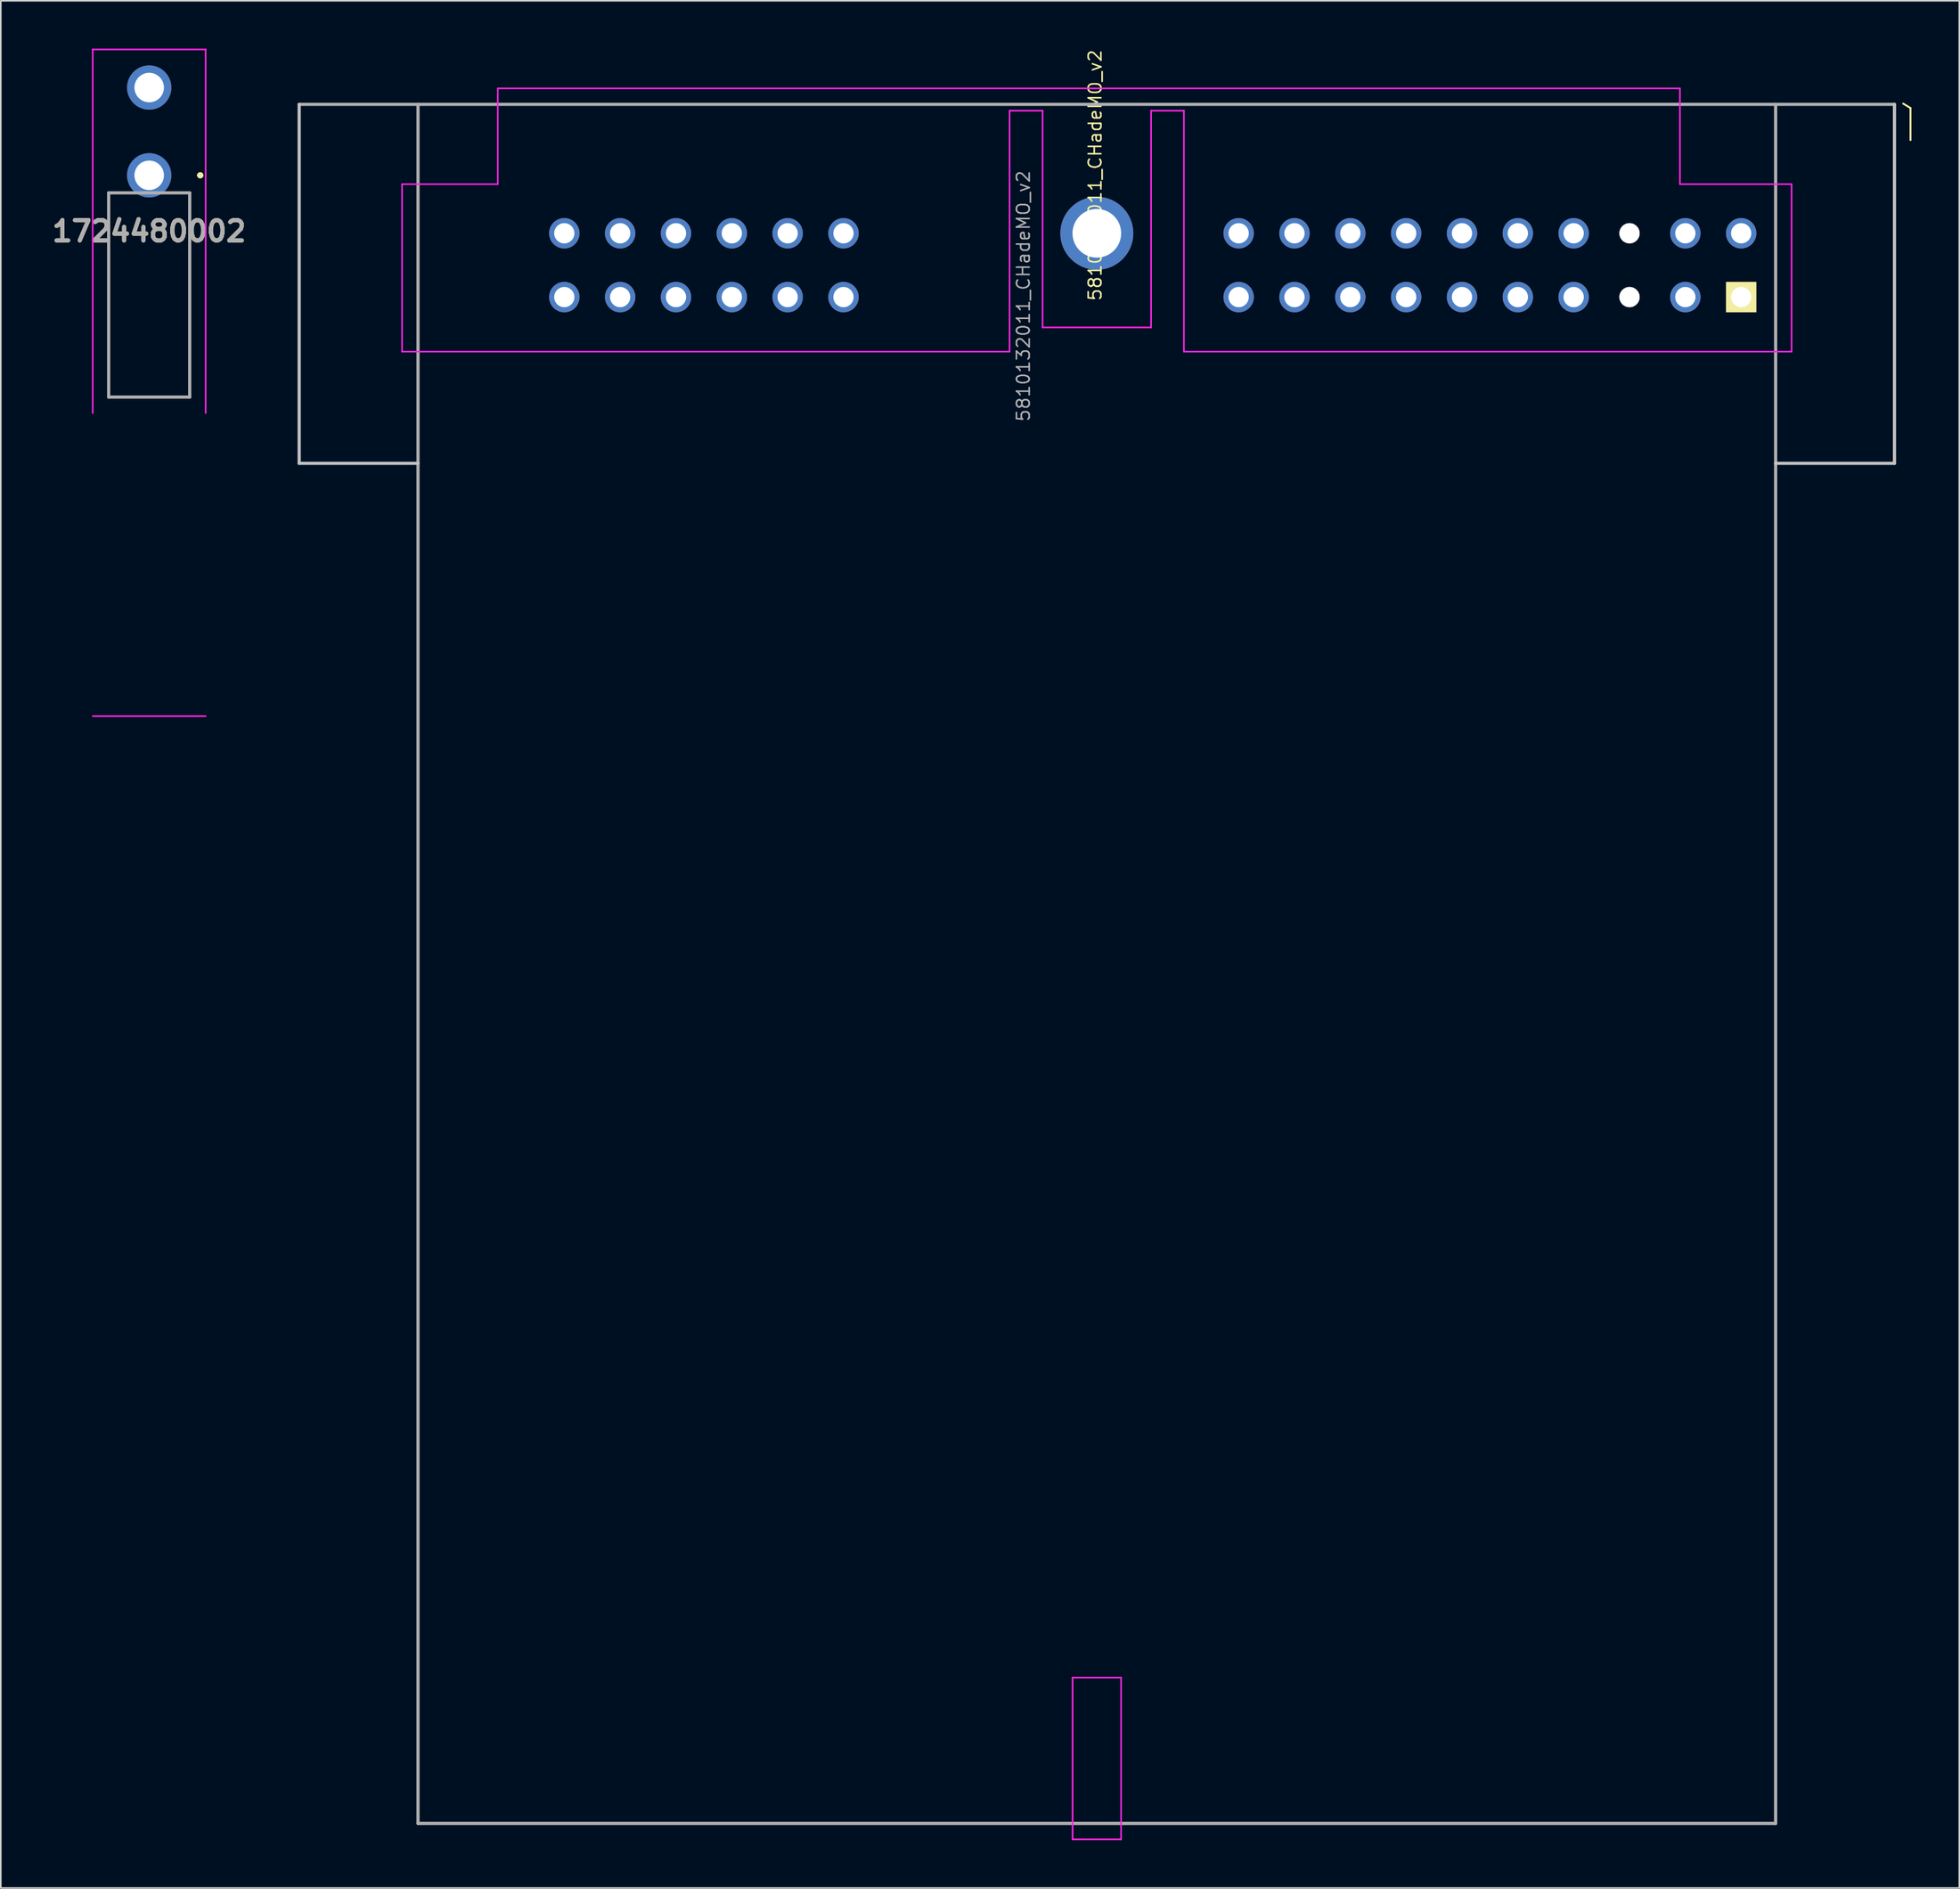
<source format=kicad_pcb>
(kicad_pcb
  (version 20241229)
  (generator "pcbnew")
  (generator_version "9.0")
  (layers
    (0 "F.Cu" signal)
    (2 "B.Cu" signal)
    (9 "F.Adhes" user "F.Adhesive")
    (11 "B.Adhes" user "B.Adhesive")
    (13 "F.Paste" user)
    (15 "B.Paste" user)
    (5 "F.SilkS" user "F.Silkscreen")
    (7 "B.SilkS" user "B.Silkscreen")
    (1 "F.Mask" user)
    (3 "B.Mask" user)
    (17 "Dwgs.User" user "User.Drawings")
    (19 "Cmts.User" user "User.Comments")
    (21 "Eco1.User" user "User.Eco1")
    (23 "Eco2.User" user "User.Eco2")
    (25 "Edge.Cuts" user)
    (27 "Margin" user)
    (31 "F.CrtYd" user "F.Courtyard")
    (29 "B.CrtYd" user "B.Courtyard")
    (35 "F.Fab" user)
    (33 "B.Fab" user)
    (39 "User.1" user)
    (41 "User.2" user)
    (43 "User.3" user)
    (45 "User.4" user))
  (footprint "5810132011_CHadeMO_v2"
    (layer "F.Cu")
    (at 65.703 11.572)
    (property "Reference" "5810132011_CHadeMO_v2" (at -0.109 -3.635 270) (layer "F.SilkS") (effects (font (size 0.8 0.8) (thickness 0.1))))
    (attr through_hole)
    (fp_line (start -42.55 -8.08) (end 42.55 -8.08) (stroke (width 0.1) (type solid)) (layer "F.SilkS"))
    (fp_line (start -42.55 99.67) (end -42.55 -8.08) (stroke (width 0.1) (type solid)) (layer "F.SilkS"))
    (fp_line (start 42.55 -8.08) (end 42.55 99.67) (stroke (width 0.1) (type solid)) (layer "F.SilkS"))
    (fp_line (start 42.55 99.67) (end -42.55 99.67) (stroke (width 0.1) (type solid)) (layer "F.SilkS"))
    (fp_line (start 50.546 -8.128) (end 51.003 -7.849) (stroke (width 0.12) (type solid)) (layer "F.SilkS"))
    (fp_line (start 51.003 -7.849) (end 51.003 -5.842) (stroke (width 0.12) (type solid)) (layer "F.SilkS"))
    (fp_line (start -50 -8.08) (end -50 14.42) (stroke (width 0.2) (type solid)) (layer "Dwgs.User"))
    (fp_line (start -50 14.42) (end -42.55 14.42) (stroke (width 0.2) (type solid)) (layer "Dwgs.User"))
    (fp_line (start 50 -8.08) (end 50 14.42) (stroke (width 0.2) (type solid)) (layer "Dwgs.User"))
    (fp_line (start 50 14.42) (end 42.55 14.42) (stroke (width 0.2) (type solid)) (layer "Dwgs.User"))
    (fp_line (start -42.55 14.31) (end -38.1 14.31) (stroke (width 0.1) (type solid)) (layer "Eco1.User"))
    (fp_line (start -38.1 99.67) (end -38.1 14.31) (stroke (width 0.1) (type solid)) (layer "Eco1.User"))
    (fp_line (start 38.1 14.31) (end 42.55 14.31) (stroke (width 0.1) (type solid)) (layer "Eco1.User"))
    (fp_line (start 38.1 99.67) (end 38.1 14.31) (stroke (width 0.1) (type solid)) (layer "Eco1.User"))
    (fp_line (start -43.55 -3.08) (end -43.55 7.42) (stroke (width 0.1) (type solid)) (layer "F.CrtYd"))
    (fp_line (start -43.55 -3.08) (end -37.55 -3.08) (stroke (width 0.1) (type solid)) (layer "F.CrtYd"))
    (fp_line (start -43.55 7.42) (end -5.47 7.42) (stroke (width 0.1) (type solid)) (layer "F.CrtYd"))
    (fp_line (start -37.55 -9.08) (end -37.55 -3.08) (stroke (width 0.1) (type solid)) (layer "F.CrtYd"))
    (fp_line (start -37.55 -9.08) (end 36.55 -9.08) (stroke (width 0.1) (type solid)) (layer "F.CrtYd"))
    (fp_line (start -5.47 -7.684) (end -5.47 7.42) (stroke (width 0.1) (type solid)) (layer "F.CrtYd"))
    (fp_line (start -5.47 -7.684) (end -3.4 -7.684) (stroke (width 0.1) (type solid)) (layer "F.CrtYd"))
    (fp_line (start -3.4 -7.684) (end -3.4 5.9) (stroke (width 0.1) (type solid)) (layer "F.CrtYd"))
    (fp_line (start -3.4 5.9) (end 3.4 5.9) (stroke (width 0.1) (type solid)) (layer "F.CrtYd"))
    (fp_line (start -1.52 90.53) (end -1.52 100.67) (stroke (width 0.1) (type solid)) (layer "F.CrtYd"))
    (fp_line (start -1.52 90.53) (end 1.52 90.53) (stroke (width 0.1) (type solid)) (layer "F.CrtYd"))
    (fp_line (start -1.52 100.67) (end 1.52 100.67) (stroke (width 0.1) (type solid)) (layer "F.CrtYd"))
    (fp_line (start 1.52 90.53) (end 1.52 100.67) (stroke (width 0.1) (type solid)) (layer "F.CrtYd"))
    (fp_line (start 3.4 -7.684) (end 3.4 5.9) (stroke (width 0.1) (type solid)) (layer "F.CrtYd"))
    (fp_line (start 3.4 -7.684) (end 5.46 -7.684) (stroke (width 0.1) (type solid)) (layer "F.CrtYd"))
    (fp_line (start 5.46 -7.684) (end 5.46 7.42) (stroke (width 0.1) (type solid)) (layer "F.CrtYd"))
    (fp_line (start 5.46 7.42) (end 43.55 7.42) (stroke (width 0.1) (type solid)) (layer "F.CrtYd"))
    (fp_line (start 36.55 -9.081) (end 36.55 -3.081) (stroke (width 0.1) (type solid)) (layer "F.CrtYd"))
    (fp_line (start 36.55 -3.08) (end 43.532 -3.08) (stroke (width 0.1) (type solid)) (layer "F.CrtYd"))
    (fp_line (start 43.55 -3.08) (end 43.55 7.42) (stroke (width 0.1) (type solid)) (layer "F.CrtYd"))
    (fp_line (start -42.55 -8.08) (end -42.55 99.67) (stroke (width 0.2) (type solid)) (layer "F.Fab"))
    (fp_line (start -42.55 99.67) (end 42.55 99.67) (stroke (width 0.2) (type solid)) (layer "F.Fab"))
    (fp_line (start 42.55 99.67) (end 42.55 -8.08) (stroke (width 0.2) (type solid)) (layer "F.Fab"))
    (fp_line (start 50 -8.08) (end -50 -8.08) (stroke (width 0.2) (type solid)) (layer "F.Fab"))
    (fp_text user "${REFERENCE}" (at -4.605 3.934 270) (layer "F.Fab") (effects (font (size 0.8 0.8) (thickness 0.1))))
    (pad "" smd rect (at 40.39 4) (size 1.905 1.905) (layers "F.SilkS"))
    (pad "A1" thru_hole circle (at 40.39 4) (size 1.27 1.27) (drill 1.27) (layers "*.Cu" "*.Mask"))
    (pad "A2" thru_hole circle (at 36.89 4) (size 1.905 1.905) (drill 1.27) (layers "*.Cu" "*.Mask"))
    (pad "A3" thru_hole circle (at 33.39 4) (size 1.27 1.27) (drill 1.27) (layers "*.Cu" "*.Mask"))
    (pad "A4" thru_hole circle (at 29.89 4) (size 1.905 1.905) (drill 1.27) (layers "*.Cu" "*.Mask"))
    (pad "A5" thru_hole circle (at 26.39 4) (size 1.905 1.905) (drill 1.27) (layers "*.Cu" "*.Mask"))
    (pad "A6" thru_hole circle (at 22.89 4) (size 1.905 1.905) (drill 1.27) (layers "*.Cu" "*.Mask"))
    (pad "A7" thru_hole circle (at 19.39 4) (size 1.905 1.905) (drill 1.27) (layers "*.Cu" "*.Mask"))
    (pad "A8" thru_hole circle (at 15.89 4) (size 1.905 1.905) (drill 1.27) (layers "*.Cu" "*.Mask"))
    (pad "A9" thru_hole circle (at 12.39 4) (size 1.905 1.905) (drill 1.27) (layers "*.Cu" "*.Mask"))
    (pad "A10" thru_hole circle (at 8.89 4) (size 1.905 1.905) (drill 1.27) (layers "*.Cu" "*.Mask"))
    (pad "A11" thru_hole circle (at 40.39 0) (size 1.905 1.905) (drill 1.27) (layers "*.Cu" "*.Mask"))
    (pad "A12" thru_hole circle (at 36.89 0) (size 1.905 1.905) (drill 1.27) (layers "*.Cu" "*.Mask"))
    (pad "A13" thru_hole circle (at 33.39 0) (size 1.27 1.27) (drill 1.27) (layers "*.Cu" "*.Mask"))
    (pad "A14" thru_hole circle (at 29.89 0) (size 1.905 1.905) (drill 1.27) (layers "*.Cu" "*.Mask"))
    (pad "A15" thru_hole circle (at 26.39 0) (size 1.905 1.905) (drill 1.27) (layers "*.Cu" "*.Mask"))
    (pad "A16" thru_hole circle (at 22.89 0) (size 1.905 1.905) (drill 1.27) (layers "*.Cu" "*.Mask"))
    (pad "A17" thru_hole circle (at 19.39 0) (size 1.905 1.905) (drill 1.27) (layers "*.Cu" "*.Mask"))
    (pad "A18" thru_hole circle (at 15.89 0) (size 1.905 1.905) (drill 1.27) (layers "*.Cu" "*.Mask"))
    (pad "A19" thru_hole circle (at 12.39 0) (size 1.905 1.905) (drill 1.27) (layers "*.Cu" "*.Mask"))
    (pad "A20" thru_hole circle (at 8.89 0) (size 1.905 1.905) (drill 1.27) (layers "*.Cu" "*.Mask"))
    (pad "B1" thru_hole circle (at -15.88 4) (size 1.905 1.905) (drill 1.27) (layers "*.Cu" "*.Mask"))
    (pad "B2" thru_hole circle (at -19.38 4) (size 1.905 1.905) (drill 1.27) (layers "*.Cu" "*.Mask"))
    (pad "B3" thru_hole circle (at -22.88 4) (size 1.905 1.905) (drill 1.27) (layers "*.Cu" "*.Mask"))
    (pad "B4" thru_hole circle (at -26.38 4) (size 1.905 1.905) (drill 1.27) (layers "*.Cu" "*.Mask"))
    (pad "B5" thru_hole circle (at -29.88 4) (size 1.905 1.905) (drill 1.27) (layers "*.Cu" "*.Mask"))
    (pad "B6" thru_hole circle (at -33.38 4) (size 1.905 1.905) (drill 1.27) (layers "*.Cu" "*.Mask"))
    (pad "B7" thru_hole circle (at -15.88 0) (size 1.905 1.905) (drill 1.27) (layers "*.Cu" "*.Mask"))
    (pad "B8" thru_hole circle (at -19.38 0) (size 1.905 1.905) (drill 1.27) (layers "*.Cu" "*.Mask"))
    (pad "B9" thru_hole circle (at -22.88 0) (size 1.905 1.905) (drill 1.27) (layers "*.Cu" "*.Mask"))
    (pad "B10" thru_hole circle (at -26.38 0) (size 1.905 1.905) (drill 1.27) (layers "*.Cu" "*.Mask"))
    (pad "B11" thru_hole circle (at -29.88 0) (size 1.905 1.905) (drill 1.27) (layers "*.Cu" "*.Mask"))
    (pad "B12" thru_hole circle (at -33.38 0) (size 1.905 1.905) (drill 1.27) (layers "*.Cu" "*.Mask"))
    (pad "MH1" thru_hole circle (at 0 0) (size 4.575 4.575) (drill 3.05) (layers "*.Cu" "*.Mask")))
  (footprint "1724480002"
    (layer "F.Cu")
    (at 6.302 7.938)
    (property "Reference" "1724480002" (at 0 3.506 0) (layer "F.SilkS") (effects (font (size 1.27 1.27) (thickness 0.254))))
    (attr through_hole)
    (fp_line (start -2.54 1.1) (end -2.54 13.9) (stroke (width 0.1) (type solid)) (layer "F.SilkS"))
    (fp_line (start -2.54 13.9) (end 2.5 13.9) (stroke (width 0.1) (type solid)) (layer "F.SilkS"))
    (fp_line (start -2 1.1) (end -2.54 1.1) (stroke (width 0.1) (type solid)) (layer "F.SilkS"))
    (fp_line (start 2.5 13.9) (end 2.54 13.9) (stroke (width 0.1) (type solid)) (layer "F.SilkS"))
    (fp_line (start 2.54 1.1) (end 2 1.1) (stroke (width 0.1) (type solid)) (layer "F.SilkS"))
    (fp_line (start 2.54 13.9) (end 2.54 1.1) (stroke (width 0.1) (type solid)) (layer "F.SilkS"))
    (fp_line (start 3.1 0) (end 3.1 0) (stroke (width 0.2) (type solid)) (layer "F.SilkS"))
    (fp_line (start 3.3 0) (end 3.3 0) (stroke (width 0.2) (type solid)) (layer "F.SilkS"))
    (fp_arc (start 3.1 0) (mid 3.2 -0.1) (end 3.3 0) (stroke (width 0.2) (type solid)) (layer "F.SilkS"))
    (fp_arc (start 3.3 0) (mid 3.2 0.1) (end 3.1 0) (stroke (width 0.2) (type solid)) (layer "F.SilkS"))
    (fp_line (start -3.54 -7.888) (end 3.54 -7.888) (stroke (width 0.1) (type solid)) (layer "F.CrtYd"))
    (fp_line (start -3.54 14.9) (end -3.54 -7.888) (stroke (width 0.1) (type solid)) (layer "F.CrtYd"))
    (fp_line (start 3.54 -7.888) (end 3.54 14.9) (stroke (width 0.1) (type solid)) (layer "F.CrtYd"))
    (fp_line (start 3.54 33.9) (end -3.54 33.9) (stroke (width 0.1) (type solid)) (layer "F.CrtYd"))
    (fp_line (start -2.54 1.1) (end 2.54 1.1) (stroke (width 0.2) (type solid)) (layer "F.Fab"))
    (fp_line (start -2.54 13.9) (end -2.54 1.1) (stroke (width 0.2) (type solid)) (layer "F.Fab"))
    (fp_line (start 2.54 1.1) (end 2.54 13.9) (stroke (width 0.2) (type solid)) (layer "F.Fab"))
    (fp_line (start 2.54 13.9) (end -2.54 13.9) (stroke (width 0.2) (type solid)) (layer "F.Fab"))
    (fp_text user "${REFERENCE}" (at 0 3.506 0) (layer "F.Fab") (effects (font (size 1.27 1.27) (thickness 0.254))))
    (pad "" np_thru_hole circle (at 0 7.3) (size 0.001 0.001) (drill 3.05) (layers "*.Cu" "*.Mask"))
    (pad "1" thru_hole circle (at 0 0) (size 2.775 2.775) (drill 1.85) (layers "*.Cu" "*.Mask"))
    (pad "2" thru_hole circle (at 0 -5.5) (size 2.775 2.775) (drill 1.85) (layers "*.Cu" "*.Mask")))
  (gr_rect
    (start -3 -3)
    (end 119.766 115.292)
    (stroke (width 0.1) (type default))
    (fill no)
    (layer "Edge.Cuts")))
</source>
